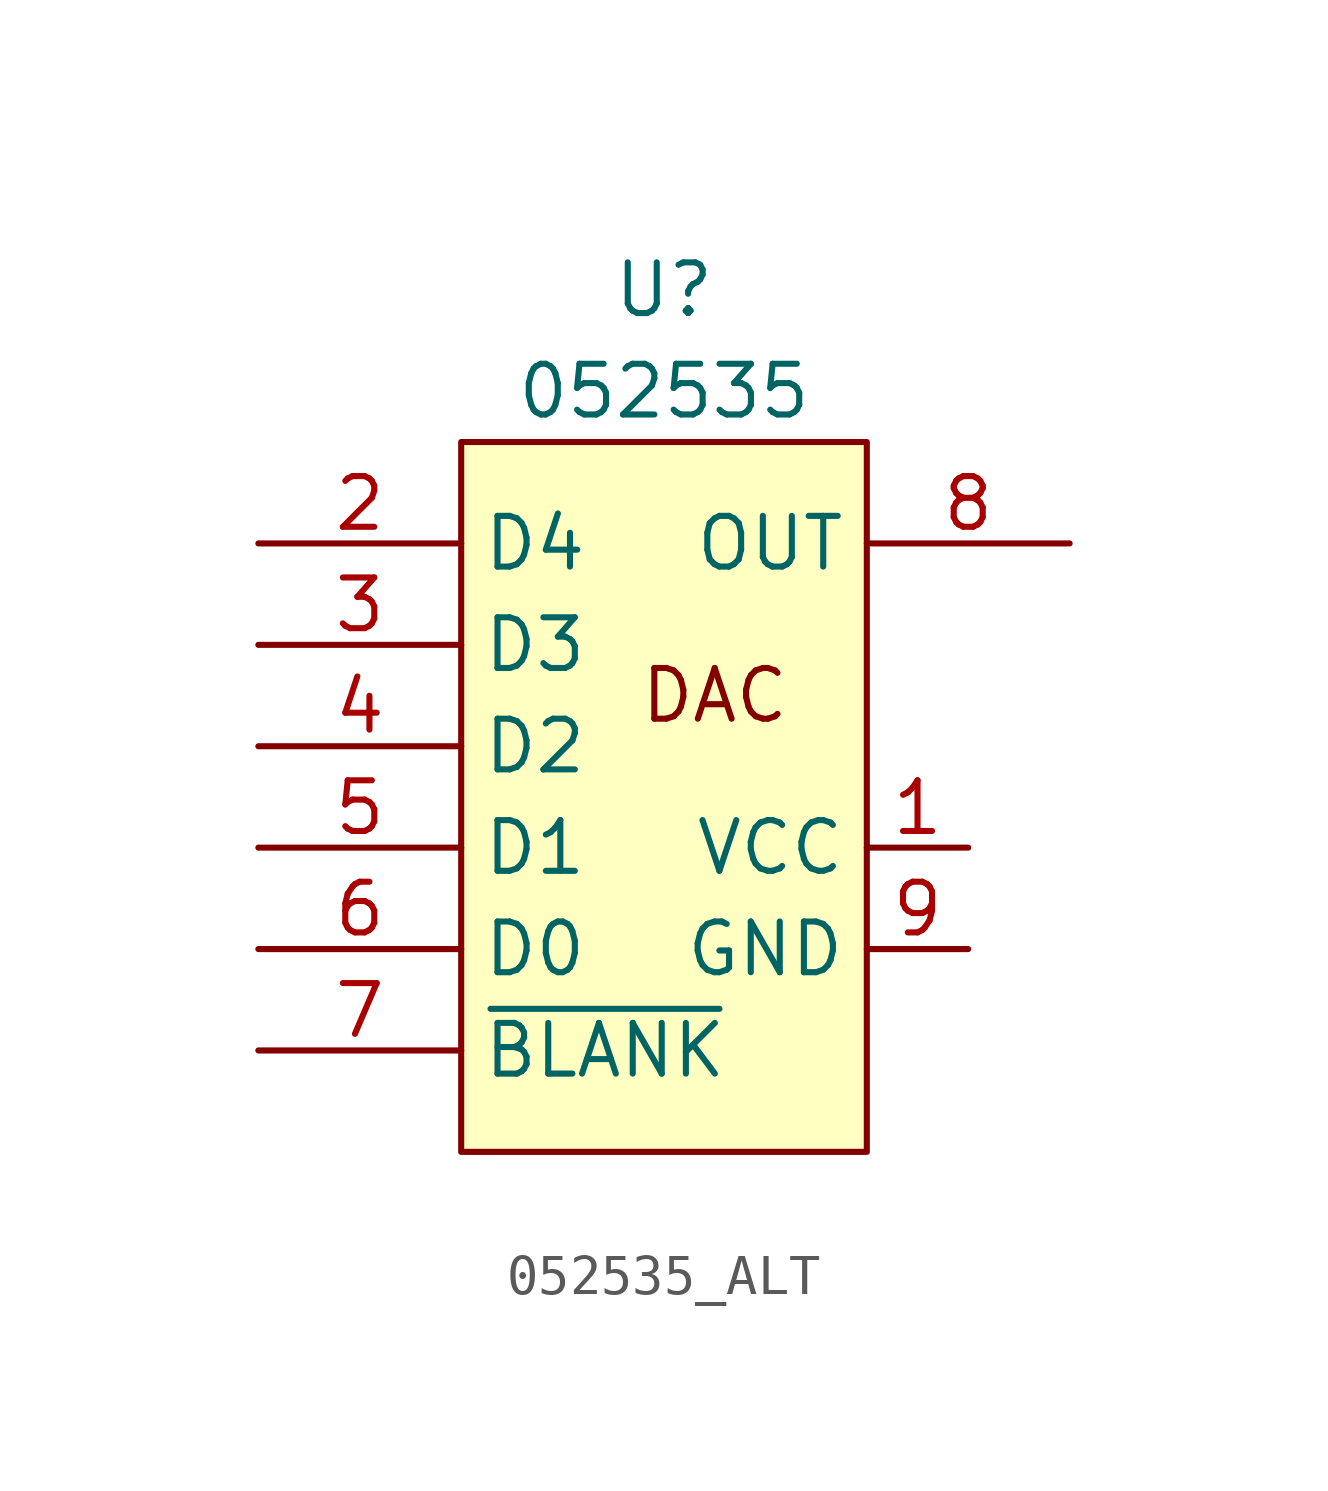
<source format=kicad_sym>
(kicad_symbol_lib
  (version 20231120)
  (generator "kicad_symbol_editor")
  (generator_version "8.0")
  (symbol "052535_ALT"
    (property "Reference" "U"
      (at 0 12.7 0)
      (effects (font (size 1.27 1.27))))
    (property "Value" "052535"
      (at 0 10.16 0)
      (effects (font (size 1.27 1.27))))
    (symbol "052535_ALT_0_1"
      (rectangle (start -5.08 8.89) (end 5.08 -8.89) (stroke (width 0) (type default)) (fill (type background))))
    (symbol "052535_ALT_1_1"
      (text "DAC" (at 1.27 2.54 0) (effects (font (size 1.27 1.27))))
      (pin power_in line (at 7.62 -1.27 180) (length 2.54) (name "VCC" (effects (font (size 1.27 1.27)))) (number "1" (effects (font (size 1.27 1.27)))))
      (pin passive line (at -10.16 6.35 0) (length 5.08) (name "D4" (effects (font (size 1.27 1.27)))) (number "2" (effects (font (size 1.27 1.27)))))
      (pin passive line (at -10.16 3.81 0) (length 5.08) (name "D3" (effects (font (size 1.27 1.27)))) (number "3" (effects (font (size 1.27 1.27)))))
      (pin passive line (at -10.16 1.27 0) (length 5.08) (name "D2" (effects (font (size 1.27 1.27)))) (number "4" (effects (font (size 1.27 1.27)))))
      (pin passive line (at -10.16 -1.27 0) (length 5.08) (name "D1" (effects (font (size 1.27 1.27)))) (number "5" (effects (font (size 1.27 1.27)))))
      (pin passive line (at -10.16 -3.81 0) (length 5.08) (name "D0" (effects (font (size 1.27 1.27)))) (number "6" (effects (font (size 1.27 1.27)))))
      (pin passive line (at -10.16 -6.35 0) (length 5.08) (name "~{BLANK}" (effects (font (size 1.27 1.27)))) (number "7" (effects (font (size 1.27 1.27)))))
      (pin output line (at 10.16 6.35 180) (length 5.08) (name "OUT" (effects (font (size 1.27 1.27)))) (number "8" (effects (font (size 1.27 1.27)))))
      (pin power_in line (at 7.62 -3.81 180) (length 2.54) (name "GND" (effects (font (size 1.27 1.27)))) (number "9" (effects (font (size 1.27 1.27))))))))
</source>
